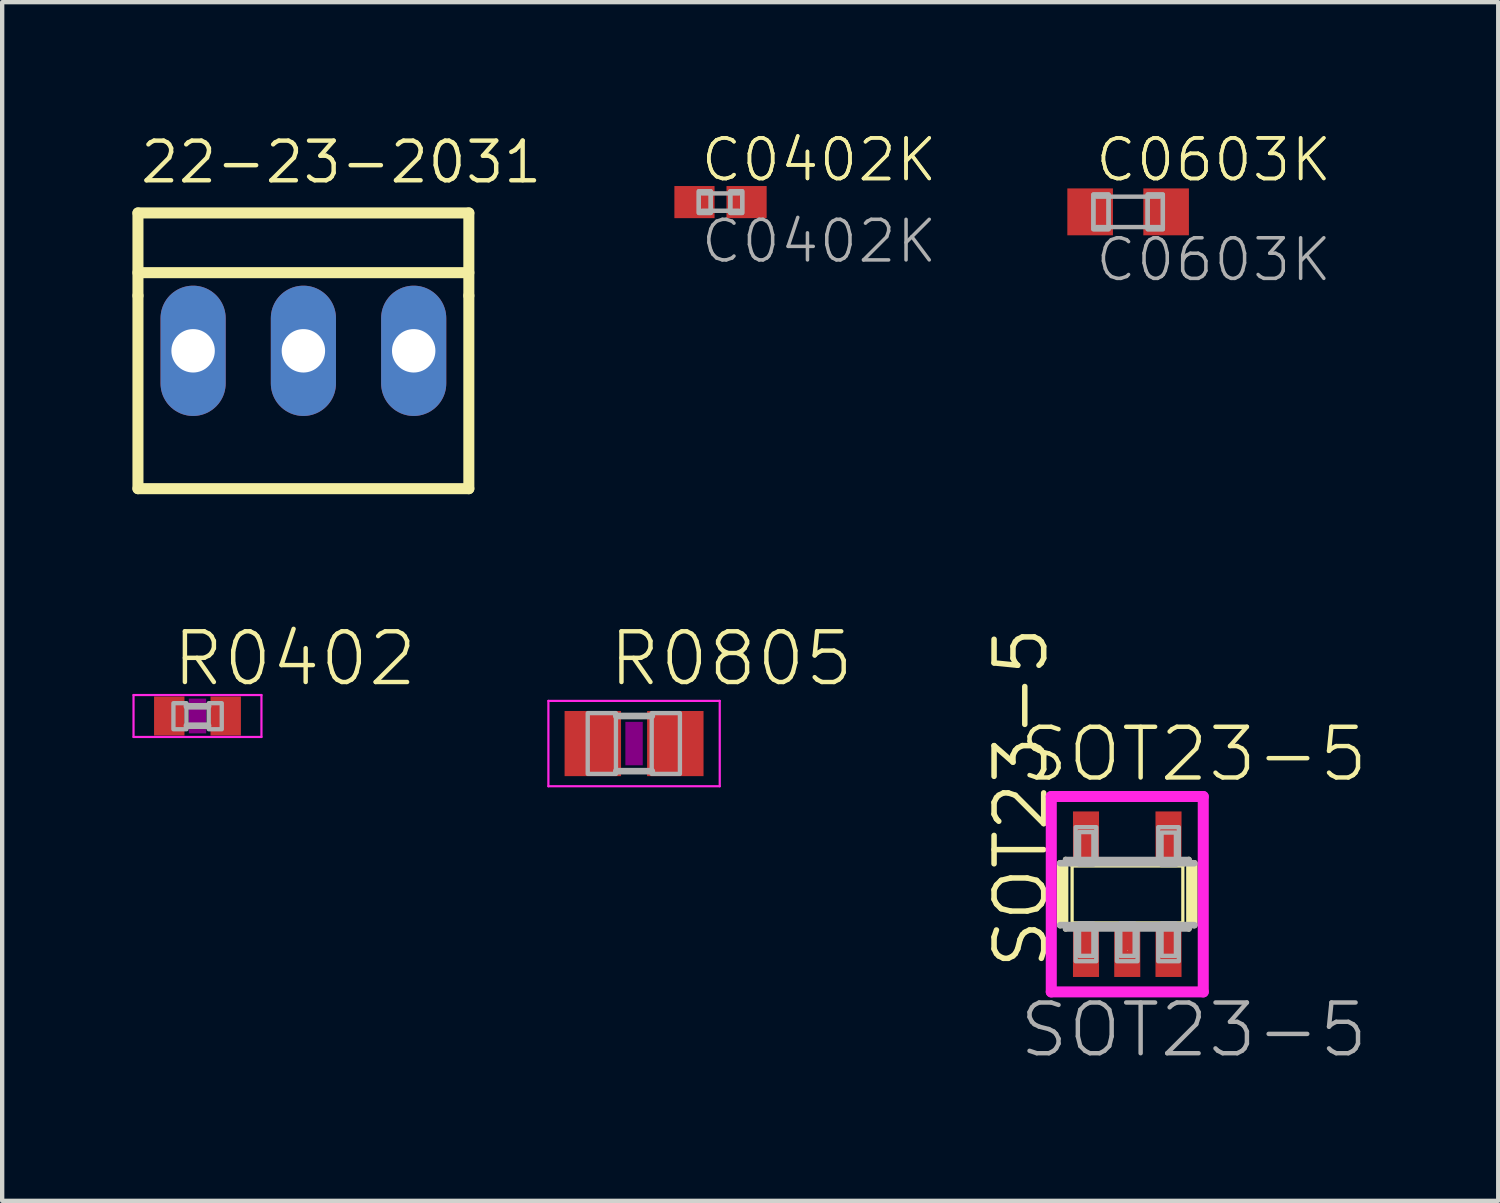
<source format=kicad_pcb>
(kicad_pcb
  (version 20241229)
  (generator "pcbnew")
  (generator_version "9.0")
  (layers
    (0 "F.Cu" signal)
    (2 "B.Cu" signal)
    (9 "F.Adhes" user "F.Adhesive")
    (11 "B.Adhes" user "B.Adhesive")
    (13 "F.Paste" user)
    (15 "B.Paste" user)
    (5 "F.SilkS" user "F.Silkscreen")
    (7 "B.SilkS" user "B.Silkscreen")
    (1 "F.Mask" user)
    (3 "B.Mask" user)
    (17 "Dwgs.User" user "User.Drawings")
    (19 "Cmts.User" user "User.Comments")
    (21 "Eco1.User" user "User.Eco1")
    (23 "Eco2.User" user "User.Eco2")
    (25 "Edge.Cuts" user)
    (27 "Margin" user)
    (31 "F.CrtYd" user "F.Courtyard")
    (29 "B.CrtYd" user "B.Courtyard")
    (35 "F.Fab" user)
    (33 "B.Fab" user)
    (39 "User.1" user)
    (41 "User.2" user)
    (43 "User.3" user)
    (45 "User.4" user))
  (footprint "R0402"
    (layer "F.Cu")
    (at 1.498 13.439)
    (property "Reference" "R0402" (at -0.635 -0.635 0) (unlocked yes) (layer "F.SilkS") (effects (font (size 1.168 1.168) (thickness 0.102)) (justify left bottom)))
    (fp_poly (pts (xy -0.2 0.4) (xy 0.2 0.4) (xy 0.2 -0.4) (xy -0.2 -0.4)) (stroke (width 0) (type default)) (fill yes) (layer "F.Adhes"))
    (fp_line (start -1.473 -0.483) (end 1.473 -0.483) (stroke (width 0.051) (type solid)) (layer "F.CrtYd"))
    (fp_line (start -1.473 0.483) (end -1.473 -0.483) (stroke (width 0.051) (type solid)) (layer "F.CrtYd"))
    (fp_line (start 1.473 -0.483) (end 1.473 0.483) (stroke (width 0.051) (type solid)) (layer "F.CrtYd"))
    (fp_line (start 1.473 0.483) (end -1.473 0.483) (stroke (width 0.051) (type solid)) (layer "F.CrtYd"))
    (fp_line (start -0.245 -0.224) (end 0.245 -0.224) (stroke (width 0.152) (type solid)) (layer "F.Fab"))
    (fp_line (start 0.245 0.224) (end -0.245 0.224) (stroke (width 0.152) (type solid)) (layer "F.Fab"))
    (fp_poly (pts (xy -0.554 0.305) (xy -0.254 0.305) (xy -0.254 -0.295) (xy -0.554 -0.295)) (stroke (width 0.1) (type default)) (fill no) (layer "F.Fab"))
    (fp_poly (pts (xy 0.259 0.305) (xy 0.559 0.305) (xy 0.559 -0.295) (xy 0.259 -0.295)) (stroke (width 0.1) (type default)) (fill no) (layer "F.Fab"))
    (pad "1" smd rect (at -0.65 0) (size 0.7 0.9) (layers "F.Cu" "F.Mask" "F.Paste"))
    (pad "2" smd rect (at 0.65 0) (size 0.7 0.9) (layers "F.Cu" "F.Mask" "F.Paste")))
  (footprint "R0805"
    (layer "F.Cu")
    (at 11.552 14.074)
    (property "Reference" "R0805" (at -0.635 -1.27 0) (unlocked yes) (layer "F.SilkS") (effects (font (size 1.168 1.168) (thickness 0.102)) (justify left bottom)))
    (fp_poly (pts (xy -0.2 0.5) (xy 0.2 0.5) (xy 0.2 -0.5) (xy -0.2 -0.5)) (stroke (width 0) (type default)) (fill yes) (layer "F.Adhes"))
    (fp_line (start -1.973 -0.983) (end 1.973 -0.983) (stroke (width 0.051) (type solid)) (layer "F.CrtYd"))
    (fp_line (start -1.973 0.983) (end -1.973 -0.983) (stroke (width 0.051) (type solid)) (layer "F.CrtYd"))
    (fp_line (start 1.973 -0.983) (end 1.973 0.983) (stroke (width 0.051) (type solid)) (layer "F.CrtYd"))
    (fp_line (start 1.973 0.983) (end -1.973 0.983) (stroke (width 0.051) (type solid)) (layer "F.CrtYd"))
    (fp_line (start -0.41 -0.635) (end 0.41 -0.635) (stroke (width 0.152) (type solid)) (layer "F.Fab"))
    (fp_line (start -0.41 0.635) (end 0.41 0.635) (stroke (width 0.152) (type solid)) (layer "F.Fab"))
    (fp_poly (pts (xy -1.067 0.699) (xy -0.417 0.699) (xy -0.417 -0.702) (xy -1.067 -0.702)) (stroke (width 0.1) (type default)) (fill no) (layer "F.Fab"))
    (fp_poly (pts (xy 0.406 0.699) (xy 1.056 0.699) (xy 1.056 -0.702) (xy 0.406 -0.702)) (stroke (width 0.1) (type default)) (fill no) (layer "F.Fab"))
    (pad "1" smd rect (at -0.95 0) (size 1.3 1.5) (layers "F.Cu" "F.Mask" "F.Paste"))
    (pad "2" smd rect (at 0.95 0) (size 1.3 1.5) (layers "F.Cu" "F.Mask" "F.Paste")))
  (footprint "C0603K"
    (layer "F.Cu")
    (at 22.93 1.829)
    (property "Reference" "C0603K" (at -0.8 -0.65 0) (unlocked yes) (layer "F.SilkS") (effects (font (size 0.935 0.935) (thickness 0.081)) (justify left bottom)))
    (property "Value" "C0603K" (at -0.8 1.65 0) (unlocked yes) (layer "F.Fab") (hide yes) (effects (font (size 0.935 0.935) (thickness 0.081)) (justify left bottom)))
    (fp_line (start -0.725 -0.35) (end 0.725 -0.35) (stroke (width 0.102) (type solid)) (layer "F.Fab"))
    (fp_line (start 0.725 0.35) (end -0.725 0.35) (stroke (width 0.102) (type solid)) (layer "F.Fab"))
    (fp_poly (pts (xy -0.8 0.4) (xy -0.45 0.4) (xy -0.45 -0.4) (xy -0.8 -0.4)) (stroke (width 0.1) (type default)) (fill no) (layer "F.Fab"))
    (fp_poly (pts (xy -0.8 0.4) (xy -0.45 0.4) (xy -0.45 -0.4) (xy -0.8 -0.4)) (stroke (width 0.1) (type default)) (fill no) (layer "F.Fab"))
    (fp_poly (pts (xy 0.45 0.4) (xy 0.8 0.4) (xy 0.8 -0.4) (xy 0.45 -0.4)) (stroke (width 0.1) (type default)) (fill no) (layer "F.Fab"))
    (fp_poly (pts (xy 0.45 0.4) (xy 0.8 0.4) (xy 0.8 -0.4) (xy 0.45 -0.4)) (stroke (width 0.1) (type default)) (fill no) (layer "F.Fab"))
    (fp_text user "${REFERENCE}" (at -0.8 -0.65 0) (unlocked yes) (layer "F.SilkS") (effects (font (size 0.935 0.935) (thickness 0.081)) (justify left bottom)))
    (fp_text user "${VALUE}" (at -0.8 1.65 0) (unlocked yes) (layer "F.Fab") (effects (font (size 0.935 0.935) (thickness 0.081)) (justify left bottom)))
    (pad "1" smd rect (at -0.875 0) (size 1.05 1.08) (layers "F.Cu" "F.Mask" "F.Paste"))
    (pad "2" smd rect (at 0.875 0) (size 1.05 1.08) (layers "F.Cu" "F.Mask" "F.Paste")))
  (footprint "C0402K"
    (layer "F.Cu")
    (at 13.543 1.604)
    (property "Reference" "C0402K" (at -0.5 -0.425 0) (unlocked yes) (layer "F.SilkS") (effects (font (size 0.935 0.935) (thickness 0.081)) (justify left bottom)))
    (property "Value" "C0402K" (at -0.5 1.45 0) (unlocked yes) (layer "F.Fab") (hide yes) (effects (font (size 0.935 0.935) (thickness 0.081)) (justify left bottom)))
    (fp_line (start -0.425 -0.2) (end 0.425 -0.2) (stroke (width 0.102) (type solid)) (layer "F.Fab"))
    (fp_line (start 0.425 0.2) (end -0.425 0.2) (stroke (width 0.102) (type solid)) (layer "F.Fab"))
    (fp_poly (pts (xy -0.5 0.25) (xy -0.225 0.25) (xy -0.225 -0.25) (xy -0.5 -0.25)) (stroke (width 0.1) (type default)) (fill no) (layer "F.Fab"))
    (fp_poly (pts (xy -0.5 0.25) (xy -0.225 0.25) (xy -0.225 -0.25) (xy -0.5 -0.25)) (stroke (width 0.1) (type default)) (fill no) (layer "F.Fab"))
    (fp_poly (pts (xy 0.225 0.25) (xy 0.5 0.25) (xy 0.5 -0.25) (xy 0.225 -0.25)) (stroke (width 0.1) (type default)) (fill no) (layer "F.Fab"))
    (fp_poly (pts (xy 0.225 0.25) (xy 0.5 0.25) (xy 0.5 -0.25) (xy 0.225 -0.25)) (stroke (width 0.1) (type default)) (fill no) (layer "F.Fab"))
    (fp_text user "${REFERENCE}" (at -0.5 -0.425 0) (unlocked yes) (layer "F.SilkS") (effects (font (size 0.935 0.935) (thickness 0.081)) (justify left bottom)))
    (fp_text user "${VALUE}" (at -0.5 1.45 0) (unlocked yes) (layer "F.Fab") (effects (font (size 0.935 0.935) (thickness 0.081)) (justify left bottom)))
    (pad "1" smd rect (at -0.6 0) (size 0.925 0.74) (layers "F.Cu" "F.Mask" "F.Paste"))
    (pad "2" smd rect (at 0.6 0) (size 0.925 0.74) (layers "F.Cu" "F.Mask" "F.Paste")))
  (footprint "22-23-2031"
    (layer "F.Cu")
    (at 3.937 5.029)
    (property "Reference" "22-23-2031" (at -3.81 -3.81 0) (unlocked yes) (layer "F.SilkS") (effects (font (size 0.914 0.914) (thickness 0.102)) (justify left bottom)))
    (fp_line (start -3.81 -3.175) (end 3.81 -3.175) (stroke (width 0.254) (type solid)) (layer "F.SilkS"))
    (fp_line (start -3.81 -1.8) (end 3.81 -1.8) (stroke (width 0.254) (type solid)) (layer "F.SilkS"))
    (fp_line (start -3.81 -1.27) (end -3.81 -3.175) (stroke (width 0.254) (type solid)) (layer "F.SilkS"))
    (fp_line (start -3.81 3.175) (end -3.81 -1.27) (stroke (width 0.254) (type solid)) (layer "F.SilkS"))
    (fp_line (start 3.81 -3.175) (end 3.81 -1.27) (stroke (width 0.254) (type solid)) (layer "F.SilkS"))
    (fp_line (start 3.81 -1.27) (end 3.81 3.175) (stroke (width 0.254) (type solid)) (layer "F.SilkS"))
    (fp_line (start 3.81 3.175) (end -3.81 3.175) (stroke (width 0.254) (type solid)) (layer "F.SilkS"))
    (pad "1" thru_hole oval (at -2.54 0 90) (size 3 1.5) (drill 1) (layers "*.Cu" "*.Mask"))
    (pad "2" thru_hole oval (at 0 0 90) (size 3 1.5) (drill 1) (layers "*.Cu" "*.Mask"))
    (pad "3" thru_hole oval (at 2.54 0 90) (size 3 1.5) (drill 1) (layers "*.Cu" "*.Mask")))
  (footprint "SOT23-5"
    (layer "F.Cu")
    (at 22.91 17.543)
    (property "Reference" "SOT23-5" (at -1.778 1.778 90) (unlocked yes) (layer "F.SilkS") (effects (font (size 1.143 1.143) (thickness 0.127)) (justify left bottom)))
    (property "Value" "SOT23-5" (at 3.048 1.778 90) (unlocked yes) (layer "F.Fab") (hide yes) (effects (font (size 1.143 1.143) (thickness 0.127)) (justify left bottom)))
    (fp_line (start -1.544 0.712) (end -1.544 -0.713) (stroke (width 0.152) (type solid)) (layer "F.SilkS"))
    (fp_line (start -1.42 0.8) (end -1.42 -0.8) (stroke (width 0.127) (type solid)) (layer "F.SilkS"))
    (fp_line (start -1.27 -0.65) (end 1.28 -0.65) (stroke (width 0.075) (type solid)) (layer "F.SilkS"))
    (fp_line (start -1.27 0.66) (end -1.27 -0.65) (stroke (width 0.075) (type solid)) (layer "F.SilkS"))
    (fp_line (start 0 1.29) (end 0 1.3) (stroke (width 0.01) (type solid)) (layer "F.SilkS"))
    (fp_line (start 1.28 -0.65) (end 1.28 0.66) (stroke (width 0.075) (type solid)) (layer "F.SilkS"))
    (fp_line (start 1.28 0.66) (end -1.27 0.66) (stroke (width 0.075) (type solid)) (layer "F.SilkS"))
    (fp_line (start 1.42 -0.8) (end 1.42 0.8) (stroke (width 0.127) (type solid)) (layer "F.SilkS"))
    (fp_line (start 1.544 -0.713) (end 1.544 0.712) (stroke (width 0.152) (type solid)) (layer "F.SilkS"))
    (fp_line (start -1.75 -2.25) (end 1.75 -2.25) (stroke (width 0.254) (type solid)) (layer "F.CrtYd"))
    (fp_line (start -1.75 2.25) (end -1.75 -2.25) (stroke (width 0.254) (type solid)) (layer "F.CrtYd"))
    (fp_line (start 1.75 -2.25) (end 1.75 2.25) (stroke (width 0.254) (type solid)) (layer "F.CrtYd"))
    (fp_line (start 1.75 2.25) (end -1.75 2.25) (stroke (width 0.254) (type solid)) (layer "F.CrtYd"))
    (fp_line (start -1.544 -0.713) (end 1.544 -0.713) (stroke (width 0.152) (type solid)) (layer "F.Fab"))
    (fp_line (start -1.42 -0.8) (end 1.42 -0.8) (stroke (width 0.127) (type solid)) (layer "F.Fab"))
    (fp_line (start 1.42 0.8) (end -1.42 0.8) (stroke (width 0.127) (type solid)) (layer "F.Fab"))
    (fp_line (start 1.544 0.712) (end -1.544 0.712) (stroke (width 0.152) (type solid)) (layer "F.Fab"))
    (fp_poly (pts (xy -1.188 -0.713) (xy -0.713 -0.713) (xy -0.713 -1.544) (xy -1.188 -1.544)) (stroke (width 0.1) (type default)) (fill no) (layer "F.Fab"))
    (fp_poly (pts (xy -1.188 1.544) (xy -0.713 1.544) (xy -0.713 0.712) (xy -1.188 0.712)) (stroke (width 0.1) (type default)) (fill no) (layer "F.Fab"))
    (fp_poly (pts (xy -1.11 -0.68) (xy -0.78 -0.68) (xy -0.78 -1.43) (xy -1.11 -1.43)) (stroke (width 0.1) (type default)) (fill no) (layer "F.Fab"))
    (fp_poly (pts (xy -1.11 1.42) (xy -0.78 1.42) (xy -0.78 0.67) (xy -1.11 0.67)) (stroke (width 0.1) (type default)) (fill no) (layer "F.Fab"))
    (fp_poly (pts (xy -0.237 1.544) (xy 0.237 1.544) (xy 0.237 0.712) (xy -0.237 0.712)) (stroke (width 0.1) (type default)) (fill no) (layer "F.Fab"))
    (fp_poly (pts (xy -0.16 1.42) (xy 0.17 1.42) (xy 0.17 0.67) (xy -0.16 0.67)) (stroke (width 0.1) (type default)) (fill no) (layer "F.Fab"))
    (fp_poly (pts (xy 0.713 -0.713) (xy 1.188 -0.713) (xy 1.188 -1.544) (xy 0.713 -1.544)) (stroke (width 0.1) (type default)) (fill no) (layer "F.Fab"))
    (fp_poly (pts (xy 0.713 1.544) (xy 1.188 1.544) (xy 1.188 0.712) (xy 0.713 0.712)) (stroke (width 0.1) (type default)) (fill no) (layer "F.Fab"))
    (fp_poly (pts (xy 0.79 -0.67) (xy 1.12 -0.67) (xy 1.12 -1.42) (xy 0.79 -1.42)) (stroke (width 0.1) (type default)) (fill no) (layer "F.Fab"))
    (fp_poly (pts (xy 0.79 1.42) (xy 1.12 1.42) (xy 1.12 0.67) (xy 0.79 0.67)) (stroke (width 0.1) (type default)) (fill no) (layer "F.Fab"))
    (fp_text user "${REFERENCE}" (at -2.54 -2.54 0) (unlocked yes) (layer "F.SilkS") (effects (font (size 1.168 1.168) (thickness 0.102)) (justify left bottom)))
    (fp_text user "${VALUE}" (at -2.54 3.81 0) (unlocked yes) (layer "F.Fab") (effects (font (size 1.168 1.168) (thickness 0.102)) (justify left bottom)))
    (pad "1" smd rect (at -0.95 1.306) (size 0.6 1.2) (layers "F.Cu" "F.Mask" "F.Paste"))
    (pad "2" smd rect (at 0 1.306) (size 0.6 1.2) (layers "F.Cu" "F.Mask" "F.Paste"))
    (pad "3" smd rect (at 0.95 1.306) (size 0.6 1.2) (layers "F.Cu" "F.Mask" "F.Paste"))
    (pad "4" smd rect (at 0.95 -1.306) (size 0.6 1.2) (layers "F.Cu" "F.Mask" "F.Paste"))
    (pad "5" smd rect (at -0.95 -1.306) (size 0.6 1.2) (layers "F.Cu" "F.Mask" "F.Paste")))
  (gr_rect
    (start -3 -3)
    (end 31.453 24.604)
    (stroke (width 0.1) (type default))
    (fill no)
    (layer "Edge.Cuts")))
</source>
